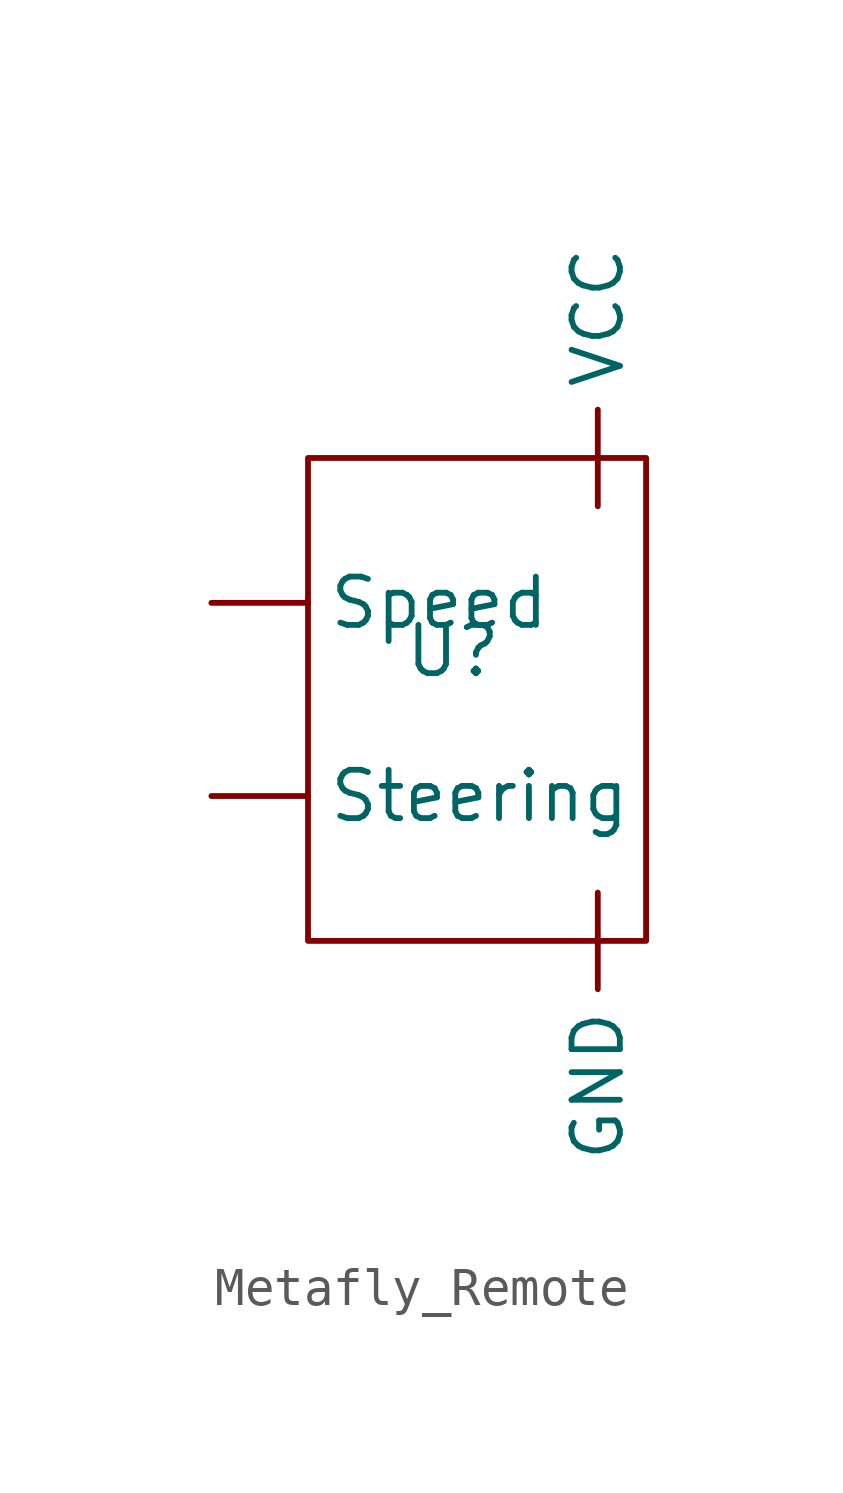
<source format=kicad_sym>
(kicad_symbol_lib
  (version 20231120)
  (generator "kicad_symbol_editor")
  (generator_version "8.0")
  (symbol "Metafly_Remote"
    (property "Reference" "U"
      (at 0 0 0)
      (effects (font (size 1.27 1.27))))
    (property "Value" ""
      (at 0 0 0)
      (effects (font (size 1.27 1.27))))
    (symbol "Metafly_Remote_0_1"
      (rectangle (start -3.81 5.08) (end 5.08 -7.62) (stroke (width 0) (type default)) (fill (type none))))
    (symbol "Metafly_Remote_1_1"
      (pin input line (at 3.81 -6.35 270) (length 2.54) (name "GND" (effects (font (size 1.27 1.27)))) (number "" (effects (font (size 1.27 1.27)))))
      (pin input line (at -6.35 1.27 0) (length 2.54) (name "Speed" (effects (font (size 1.27 1.27)))) (number "" (effects (font (size 1.27 1.27)))))
      (pin input line (at -6.35 -3.81 0) (length 2.54) (name "Steering" (effects (font (size 1.27 1.27)))) (number "" (effects (font (size 1.27 1.27)))))
      (pin input line (at 3.81 3.81 90) (length 2.54) (name "VCC" (effects (font (size 1.27 1.27)))) (number "" (effects (font (size 1.27 1.27))))))))
</source>
